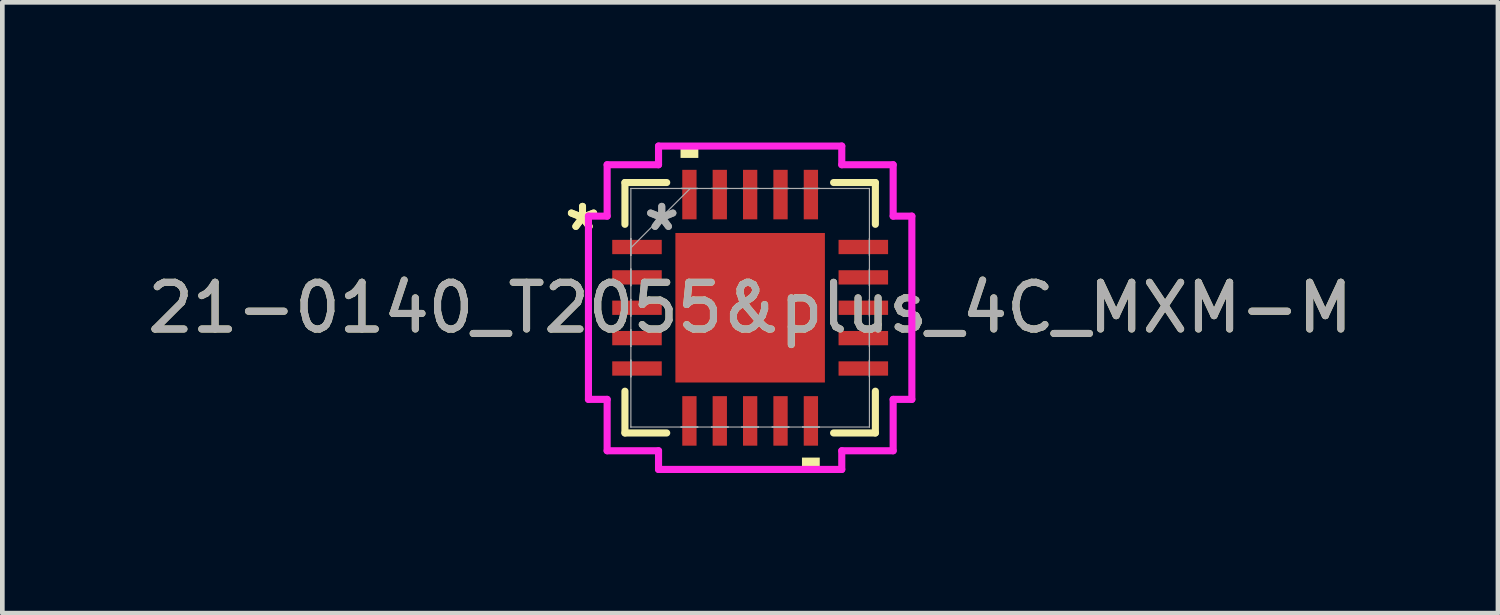
<source format=kicad_pcb>
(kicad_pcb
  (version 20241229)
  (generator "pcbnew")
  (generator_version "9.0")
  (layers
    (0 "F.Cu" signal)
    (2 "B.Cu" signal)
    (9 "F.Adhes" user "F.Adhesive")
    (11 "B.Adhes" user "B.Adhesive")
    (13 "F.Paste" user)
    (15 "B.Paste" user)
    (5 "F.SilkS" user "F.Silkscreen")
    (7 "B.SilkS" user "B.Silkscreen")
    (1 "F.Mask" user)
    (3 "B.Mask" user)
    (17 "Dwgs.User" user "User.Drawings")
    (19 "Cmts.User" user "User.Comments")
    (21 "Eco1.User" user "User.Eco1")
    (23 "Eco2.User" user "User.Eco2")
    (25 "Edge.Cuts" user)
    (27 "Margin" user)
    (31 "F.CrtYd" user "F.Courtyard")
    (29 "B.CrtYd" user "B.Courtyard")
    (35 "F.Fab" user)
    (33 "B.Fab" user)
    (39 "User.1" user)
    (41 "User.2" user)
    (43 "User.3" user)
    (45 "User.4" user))
  (footprint "21-0140_T2055&plus_4C_MXM-M"
    (layer "F.Cu")
    (at 13.006 3.537)
    (property "Reference" "21-0140_T2055&plus_4C_MXM-M" (at 0 0 0) (unlocked yes) (layer "F.SilkS") (effects (font (size 1 1) (thickness 0.15))))
    (attr smd)
    (fp_line (start -2.68 -2.68) (end -2.68 -1.786) (stroke (width 0.152) (type solid)) (layer "F.SilkS"))
    (fp_line (start -2.68 1.786) (end -2.68 2.68) (stroke (width 0.152) (type solid)) (layer "F.SilkS"))
    (fp_line (start -2.68 2.68) (end -1.786 2.68) (stroke (width 0.152) (type solid)) (layer "F.SilkS"))
    (fp_line (start -1.786 -2.68) (end -2.68 -2.68) (stroke (width 0.152) (type solid)) (layer "F.SilkS"))
    (fp_line (start 1.786 2.68) (end 2.68 2.68) (stroke (width 0.152) (type solid)) (layer "F.SilkS"))
    (fp_line (start 2.68 -2.68) (end 1.786 -2.68) (stroke (width 0.152) (type solid)) (layer "F.SilkS"))
    (fp_line (start 2.68 -1.786) (end 2.68 -2.68) (stroke (width 0.152) (type solid)) (layer "F.SilkS"))
    (fp_line (start 2.68 2.68) (end 2.68 1.786) (stroke (width 0.152) (type solid)) (layer "F.SilkS"))
    (fp_poly (pts (xy -1.49 -3.207) (xy -1.49 -3.461) (xy -1.109 -3.461) (xy -1.109 -3.207)) (stroke (width 0) (type solid)) (fill yes) (layer "F.SilkS"))
    (fp_poly (pts (xy 1.109 3.207) (xy 1.109 3.461) (xy 1.49 3.461) (xy 1.49 3.207)) (stroke (width 0) (type solid)) (fill yes) (layer "F.SilkS"))
    (fp_poly (pts (xy -1.5 -1.5) (xy -1.5 -0.1) (xy -0.1 -0.1) (xy -0.1 -1.5)) (stroke (width 0) (type solid)) (fill yes) (layer "F.Paste"))
    (fp_poly (pts (xy -1.5 0.1) (xy -1.5 1.5) (xy -0.1 1.5) (xy -0.1 0.1)) (stroke (width 0) (type solid)) (fill yes) (layer "F.Paste"))
    (fp_poly (pts (xy 0.1 -1.5) (xy 0.1 -0.1) (xy 1.5 -0.1) (xy 1.5 -1.5)) (stroke (width 0) (type solid)) (fill yes) (layer "F.Paste"))
    (fp_poly (pts (xy 0.1 0.1) (xy 0.1 1.5) (xy 1.5 1.5) (xy 1.5 0.1)) (stroke (width 0) (type solid)) (fill yes) (layer "F.Paste"))
    (fp_line (start -3.461 -1.961) (end -3.061 -1.961) (stroke (width 0.152) (type solid)) (layer "F.CrtYd"))
    (fp_line (start -3.461 1.961) (end -3.461 -1.961) (stroke (width 0.152) (type solid)) (layer "F.CrtYd"))
    (fp_line (start -3.061 -3.061) (end -1.961 -3.061) (stroke (width 0.152) (type solid)) (layer "F.CrtYd"))
    (fp_line (start -3.061 -1.961) (end -3.061 -3.061) (stroke (width 0.152) (type solid)) (layer "F.CrtYd"))
    (fp_line (start -3.061 1.961) (end -3.461 1.961) (stroke (width 0.152) (type solid)) (layer "F.CrtYd"))
    (fp_line (start -3.061 3.061) (end -3.061 1.961) (stroke (width 0.152) (type solid)) (layer "F.CrtYd"))
    (fp_line (start -1.961 -3.461) (end 1.961 -3.461) (stroke (width 0.152) (type solid)) (layer "F.CrtYd"))
    (fp_line (start -1.961 -3.061) (end -1.961 -3.461) (stroke (width 0.152) (type solid)) (layer "F.CrtYd"))
    (fp_line (start -1.961 3.061) (end -3.061 3.061) (stroke (width 0.152) (type solid)) (layer "F.CrtYd"))
    (fp_line (start -1.961 3.461) (end -1.961 3.061) (stroke (width 0.152) (type solid)) (layer "F.CrtYd"))
    (fp_line (start 1.961 -3.461) (end 1.961 -3.061) (stroke (width 0.152) (type solid)) (layer "F.CrtYd"))
    (fp_line (start 1.961 -3.061) (end 3.061 -3.061) (stroke (width 0.152) (type solid)) (layer "F.CrtYd"))
    (fp_line (start 1.961 3.061) (end 1.961 3.461) (stroke (width 0.152) (type solid)) (layer "F.CrtYd"))
    (fp_line (start 1.961 3.461) (end -1.961 3.461) (stroke (width 0.152) (type solid)) (layer "F.CrtYd"))
    (fp_line (start 3.061 -3.061) (end 3.061 -1.961) (stroke (width 0.152) (type solid)) (layer "F.CrtYd"))
    (fp_line (start 3.061 -1.961) (end 3.461 -1.961) (stroke (width 0.152) (type solid)) (layer "F.CrtYd"))
    (fp_line (start 3.061 1.961) (end 3.061 3.061) (stroke (width 0.152) (type solid)) (layer "F.CrtYd"))
    (fp_line (start 3.061 3.061) (end 1.961 3.061) (stroke (width 0.152) (type solid)) (layer "F.CrtYd"))
    (fp_line (start 3.461 -1.961) (end 3.461 1.961) (stroke (width 0.152) (type solid)) (layer "F.CrtYd"))
    (fp_line (start 3.461 1.961) (end 3.061 1.961) (stroke (width 0.152) (type solid)) (layer "F.CrtYd"))
    (fp_line (start -2.553 -2.553) (end -2.553 -2.553) (stroke (width 0.025) (type solid)) (layer "F.Fab"))
    (fp_line (start -2.553 -2.553) (end -2.553 2.553) (stroke (width 0.025) (type solid)) (layer "F.Fab"))
    (fp_line (start -2.553 -1.478) (end -2.553 -1.478) (stroke (width 0.025) (type solid)) (layer "F.Fab"))
    (fp_line (start -2.553 -1.478) (end -2.553 -1.122) (stroke (width 0.025) (type solid)) (layer "F.Fab"))
    (fp_line (start -2.553 -1.283) (end -1.283 -2.553) (stroke (width 0.025) (type solid)) (layer "F.Fab"))
    (fp_line (start -2.553 -1.122) (end -2.553 -1.478) (stroke (width 0.025) (type solid)) (layer "F.Fab"))
    (fp_line (start -2.553 -1.122) (end -2.553 -1.122) (stroke (width 0.025) (type solid)) (layer "F.Fab"))
    (fp_line (start -2.553 -0.828) (end -2.553 -0.828) (stroke (width 0.025) (type solid)) (layer "F.Fab"))
    (fp_line (start -2.553 -0.828) (end -2.553 -0.472) (stroke (width 0.025) (type solid)) (layer "F.Fab"))
    (fp_line (start -2.553 -0.472) (end -2.553 -0.828) (stroke (width 0.025) (type solid)) (layer "F.Fab"))
    (fp_line (start -2.553 -0.472) (end -2.553 -0.472) (stroke (width 0.025) (type solid)) (layer "F.Fab"))
    (fp_line (start -2.553 -0.178) (end -2.553 -0.178) (stroke (width 0.025) (type solid)) (layer "F.Fab"))
    (fp_line (start -2.553 -0.178) (end -2.553 0.178) (stroke (width 0.025) (type solid)) (layer "F.Fab"))
    (fp_line (start -2.553 0.178) (end -2.553 -0.178) (stroke (width 0.025) (type solid)) (layer "F.Fab"))
    (fp_line (start -2.553 0.178) (end -2.553 0.178) (stroke (width 0.025) (type solid)) (layer "F.Fab"))
    (fp_line (start -2.553 0.472) (end -2.553 0.472) (stroke (width 0.025) (type solid)) (layer "F.Fab"))
    (fp_line (start -2.553 0.472) (end -2.553 0.828) (stroke (width 0.025) (type solid)) (layer "F.Fab"))
    (fp_line (start -2.553 0.828) (end -2.553 0.472) (stroke (width 0.025) (type solid)) (layer "F.Fab"))
    (fp_line (start -2.553 0.828) (end -2.553 0.828) (stroke (width 0.025) (type solid)) (layer "F.Fab"))
    (fp_line (start -2.553 1.122) (end -2.553 1.122) (stroke (width 0.025) (type solid)) (layer "F.Fab"))
    (fp_line (start -2.553 1.122) (end -2.553 1.478) (stroke (width 0.025) (type solid)) (layer "F.Fab"))
    (fp_line (start -2.553 1.478) (end -2.553 1.122) (stroke (width 0.025) (type solid)) (layer "F.Fab"))
    (fp_line (start -2.553 1.478) (end -2.553 1.478) (stroke (width 0.025) (type solid)) (layer "F.Fab"))
    (fp_line (start -2.553 2.553) (end -2.553 2.553) (stroke (width 0.025) (type solid)) (layer "F.Fab"))
    (fp_line (start -2.553 2.553) (end 2.553 2.553) (stroke (width 0.025) (type solid)) (layer "F.Fab"))
    (fp_line (start -1.478 -2.553) (end -1.478 -2.553) (stroke (width 0.025) (type solid)) (layer "F.Fab"))
    (fp_line (start -1.478 -2.553) (end -1.122 -2.553) (stroke (width 0.025) (type solid)) (layer "F.Fab"))
    (fp_line (start -1.478 2.553) (end -1.478 2.553) (stroke (width 0.025) (type solid)) (layer "F.Fab"))
    (fp_line (start -1.478 2.553) (end -1.122 2.553) (stroke (width 0.025) (type solid)) (layer "F.Fab"))
    (fp_line (start -1.122 -2.553) (end -1.478 -2.553) (stroke (width 0.025) (type solid)) (layer "F.Fab"))
    (fp_line (start -1.122 -2.553) (end -1.122 -2.553) (stroke (width 0.025) (type solid)) (layer "F.Fab"))
    (fp_line (start -1.122 2.553) (end -1.478 2.553) (stroke (width 0.025) (type solid)) (layer "F.Fab"))
    (fp_line (start -1.122 2.553) (end -1.122 2.553) (stroke (width 0.025) (type solid)) (layer "F.Fab"))
    (fp_line (start -0.828 -2.553) (end -0.828 -2.553) (stroke (width 0.025) (type solid)) (layer "F.Fab"))
    (fp_line (start -0.828 -2.553) (end -0.472 -2.553) (stroke (width 0.025) (type solid)) (layer "F.Fab"))
    (fp_line (start -0.828 2.553) (end -0.828 2.553) (stroke (width 0.025) (type solid)) (layer "F.Fab"))
    (fp_line (start -0.828 2.553) (end -0.472 2.553) (stroke (width 0.025) (type solid)) (layer "F.Fab"))
    (fp_line (start -0.472 -2.553) (end -0.828 -2.553) (stroke (width 0.025) (type solid)) (layer "F.Fab"))
    (fp_line (start -0.472 -2.553) (end -0.472 -2.553) (stroke (width 0.025) (type solid)) (layer "F.Fab"))
    (fp_line (start -0.472 2.553) (end -0.828 2.553) (stroke (width 0.025) (type solid)) (layer "F.Fab"))
    (fp_line (start -0.472 2.553) (end -0.472 2.553) (stroke (width 0.025) (type solid)) (layer "F.Fab"))
    (fp_line (start -0.178 -2.553) (end -0.178 -2.553) (stroke (width 0.025) (type solid)) (layer "F.Fab"))
    (fp_line (start -0.178 -2.553) (end 0.178 -2.553) (stroke (width 0.025) (type solid)) (layer "F.Fab"))
    (fp_line (start -0.178 2.553) (end -0.178 2.553) (stroke (width 0.025) (type solid)) (layer "F.Fab"))
    (fp_line (start -0.178 2.553) (end 0.178 2.553) (stroke (width 0.025) (type solid)) (layer "F.Fab"))
    (fp_line (start 0.178 -2.553) (end -0.178 -2.553) (stroke (width 0.025) (type solid)) (layer "F.Fab"))
    (fp_line (start 0.178 -2.553) (end 0.178 -2.553) (stroke (width 0.025) (type solid)) (layer "F.Fab"))
    (fp_line (start 0.178 2.553) (end -0.178 2.553) (stroke (width 0.025) (type solid)) (layer "F.Fab"))
    (fp_line (start 0.178 2.553) (end 0.178 2.553) (stroke (width 0.025) (type solid)) (layer "F.Fab"))
    (fp_line (start 0.472 -2.553) (end 0.472 -2.553) (stroke (width 0.025) (type solid)) (layer "F.Fab"))
    (fp_line (start 0.472 -2.553) (end 0.828 -2.553) (stroke (width 0.025) (type solid)) (layer "F.Fab"))
    (fp_line (start 0.472 2.553) (end 0.472 2.553) (stroke (width 0.025) (type solid)) (layer "F.Fab"))
    (fp_line (start 0.472 2.553) (end 0.828 2.553) (stroke (width 0.025) (type solid)) (layer "F.Fab"))
    (fp_line (start 0.828 -2.553) (end 0.472 -2.553) (stroke (width 0.025) (type solid)) (layer "F.Fab"))
    (fp_line (start 0.828 -2.553) (end 0.828 -2.553) (stroke (width 0.025) (type solid)) (layer "F.Fab"))
    (fp_line (start 0.828 2.553) (end 0.472 2.553) (stroke (width 0.025) (type solid)) (layer "F.Fab"))
    (fp_line (start 0.828 2.553) (end 0.828 2.553) (stroke (width 0.025) (type solid)) (layer "F.Fab"))
    (fp_line (start 1.122 -2.553) (end 1.122 -2.553) (stroke (width 0.025) (type solid)) (layer "F.Fab"))
    (fp_line (start 1.122 -2.553) (end 1.478 -2.553) (stroke (width 0.025) (type solid)) (layer "F.Fab"))
    (fp_line (start 1.122 2.553) (end 1.122 2.553) (stroke (width 0.025) (type solid)) (layer "F.Fab"))
    (fp_line (start 1.122 2.553) (end 1.478 2.553) (stroke (width 0.025) (type solid)) (layer "F.Fab"))
    (fp_line (start 1.478 -2.553) (end 1.122 -2.553) (stroke (width 0.025) (type solid)) (layer "F.Fab"))
    (fp_line (start 1.478 -2.553) (end 1.478 -2.553) (stroke (width 0.025) (type solid)) (layer "F.Fab"))
    (fp_line (start 1.478 2.553) (end 1.122 2.553) (stroke (width 0.025) (type solid)) (layer "F.Fab"))
    (fp_line (start 1.478 2.553) (end 1.478 2.553) (stroke (width 0.025) (type solid)) (layer "F.Fab"))
    (fp_line (start 2.553 -2.553) (end -2.553 -2.553) (stroke (width 0.025) (type solid)) (layer "F.Fab"))
    (fp_line (start 2.553 -2.553) (end 2.553 -2.553) (stroke (width 0.025) (type solid)) (layer "F.Fab"))
    (fp_line (start 2.553 -1.478) (end 2.553 -1.478) (stroke (width 0.025) (type solid)) (layer "F.Fab"))
    (fp_line (start 2.553 -1.478) (end 2.553 -1.122) (stroke (width 0.025) (type solid)) (layer "F.Fab"))
    (fp_line (start 2.553 -1.122) (end 2.553 -1.478) (stroke (width 0.025) (type solid)) (layer "F.Fab"))
    (fp_line (start 2.553 -1.122) (end 2.553 -1.122) (stroke (width 0.025) (type solid)) (layer "F.Fab"))
    (fp_line (start 2.553 -0.828) (end 2.553 -0.828) (stroke (width 0.025) (type solid)) (layer "F.Fab"))
    (fp_line (start 2.553 -0.828) (end 2.553 -0.472) (stroke (width 0.025) (type solid)) (layer "F.Fab"))
    (fp_line (start 2.553 -0.472) (end 2.553 -0.828) (stroke (width 0.025) (type solid)) (layer "F.Fab"))
    (fp_line (start 2.553 -0.472) (end 2.553 -0.472) (stroke (width 0.025) (type solid)) (layer "F.Fab"))
    (fp_line (start 2.553 -0.178) (end 2.553 -0.178) (stroke (width 0.025) (type solid)) (layer "F.Fab"))
    (fp_line (start 2.553 -0.178) (end 2.553 0.178) (stroke (width 0.025) (type solid)) (layer "F.Fab"))
    (fp_line (start 2.553 0.178) (end 2.553 -0.178) (stroke (width 0.025) (type solid)) (layer "F.Fab"))
    (fp_line (start 2.553 0.178) (end 2.553 0.178) (stroke (width 0.025) (type solid)) (layer "F.Fab"))
    (fp_line (start 2.553 0.472) (end 2.553 0.472) (stroke (width 0.025) (type solid)) (layer "F.Fab"))
    (fp_line (start 2.553 0.472) (end 2.553 0.828) (stroke (width 0.025) (type solid)) (layer "F.Fab"))
    (fp_line (start 2.553 0.828) (end 2.553 0.472) (stroke (width 0.025) (type solid)) (layer "F.Fab"))
    (fp_line (start 2.553 0.828) (end 2.553 0.828) (stroke (width 0.025) (type solid)) (layer "F.Fab"))
    (fp_line (start 2.553 1.122) (end 2.553 1.122) (stroke (width 0.025) (type solid)) (layer "F.Fab"))
    (fp_line (start 2.553 1.122) (end 2.553 1.478) (stroke (width 0.025) (type solid)) (layer "F.Fab"))
    (fp_line (start 2.553 1.478) (end 2.553 1.122) (stroke (width 0.025) (type solid)) (layer "F.Fab"))
    (fp_line (start 2.553 1.478) (end 2.553 1.478) (stroke (width 0.025) (type solid)) (layer "F.Fab"))
    (fp_line (start 2.553 2.553) (end 2.553 -2.553) (stroke (width 0.025) (type solid)) (layer "F.Fab"))
    (fp_line (start 2.553 2.553) (end 2.553 2.553) (stroke (width 0.025) (type solid)) (layer "F.Fab"))
    (fp_text user "*" (at -3.588 -1.625 0) (layer "F.SilkS") (effects (font (size 1 1) (thickness 0.15))))
    (fp_text user "*" (at -3.588 -1.625 0) (unlocked yes) (layer "F.SilkS") (effects (font (size 1 1) (thickness 0.15))))
    (fp_text user "*" (at -1.892 -1.625 0) (unlocked yes) (layer "F.Fab") (effects (font (size 1 1) (thickness 0.15))))
    (fp_text user "*" (at -1.892 -1.625 0) (layer "F.Fab") (effects (font (size 1 1) (thickness 0.15))))
    (fp_text user "${REFERENCE}" (at 0 0 0) (unlocked yes) (layer "F.Fab") (effects (font (size 1 1) (thickness 0.15))))
    (pad "1" smd rect (at -2.422 -1.3 90) (size 0.306 1.06) (layers "F.Cu" "F.Mask" "F.Paste"))
    (pad "2" smd rect (at -2.422 -0.65 90) (size 0.306 1.06) (layers "F.Cu" "F.Mask" "F.Paste"))
    (pad "3" smd rect (at -2.422 0 90) (size 0.306 1.06) (layers "F.Cu" "F.Mask" "F.Paste"))
    (pad "4" smd rect (at -2.422 0.65 90) (size 0.306 1.06) (layers "F.Cu" "F.Mask" "F.Paste"))
    (pad "5" smd rect (at -2.422 1.3 90) (size 0.306 1.06) (layers "F.Cu" "F.Mask" "F.Paste"))
    (pad "6" smd rect (at -1.3 2.422) (size 0.306 1.06) (layers "F.Cu" "F.Mask" "F.Paste"))
    (pad "7" smd rect (at -0.65 2.422) (size 0.306 1.06) (layers "F.Cu" "F.Mask" "F.Paste"))
    (pad "8" smd rect (at 0 2.422) (size 0.306 1.06) (layers "F.Cu" "F.Mask" "F.Paste"))
    (pad "9" smd rect (at 0.65 2.422) (size 0.306 1.06) (layers "F.Cu" "F.Mask" "F.Paste"))
    (pad "10" smd rect (at 1.3 2.422) (size 0.306 1.06) (layers "F.Cu" "F.Mask" "F.Paste"))
    (pad "11" smd rect (at 2.422 1.3 90) (size 0.306 1.06) (layers "F.Cu" "F.Mask" "F.Paste"))
    (pad "12" smd rect (at 2.422 0.65 90) (size 0.306 1.06) (layers "F.Cu" "F.Mask" "F.Paste"))
    (pad "13" smd rect (at 2.422 0 90) (size 0.306 1.06) (layers "F.Cu" "F.Mask" "F.Paste"))
    (pad "14" smd rect (at 2.422 -0.65 90) (size 0.306 1.06) (layers "F.Cu" "F.Mask" "F.Paste"))
    (pad "15" smd rect (at 2.422 -1.3 90) (size 0.306 1.06) (layers "F.Cu" "F.Mask" "F.Paste"))
    (pad "16" smd rect (at 1.3 -2.422) (size 0.306 1.06) (layers "F.Cu" "F.Mask" "F.Paste"))
    (pad "17" smd rect (at 0.65 -2.422) (size 0.306 1.06) (layers "F.Cu" "F.Mask" "F.Paste"))
    (pad "18" smd rect (at 0 -2.422) (size 0.306 1.06) (layers "F.Cu" "F.Mask" "F.Paste"))
    (pad "19" smd rect (at -0.65 -2.422) (size 0.306 1.06) (layers "F.Cu" "F.Mask" "F.Paste"))
    (pad "20" smd rect (at -1.3 -2.422) (size 0.306 1.06) (layers "F.Cu" "F.Mask" "F.Paste"))
    (pad "21" smd rect (at 0 0) (size 3.2 3.2) (layers "F.Cu" "F.Mask" "F.Paste")))
  (gr_rect
    (start -3 -3)
    (end 29.012 10.074)
    (stroke (width 0.1) (type default))
    (fill no)
    (layer "Edge.Cuts")))
</source>
